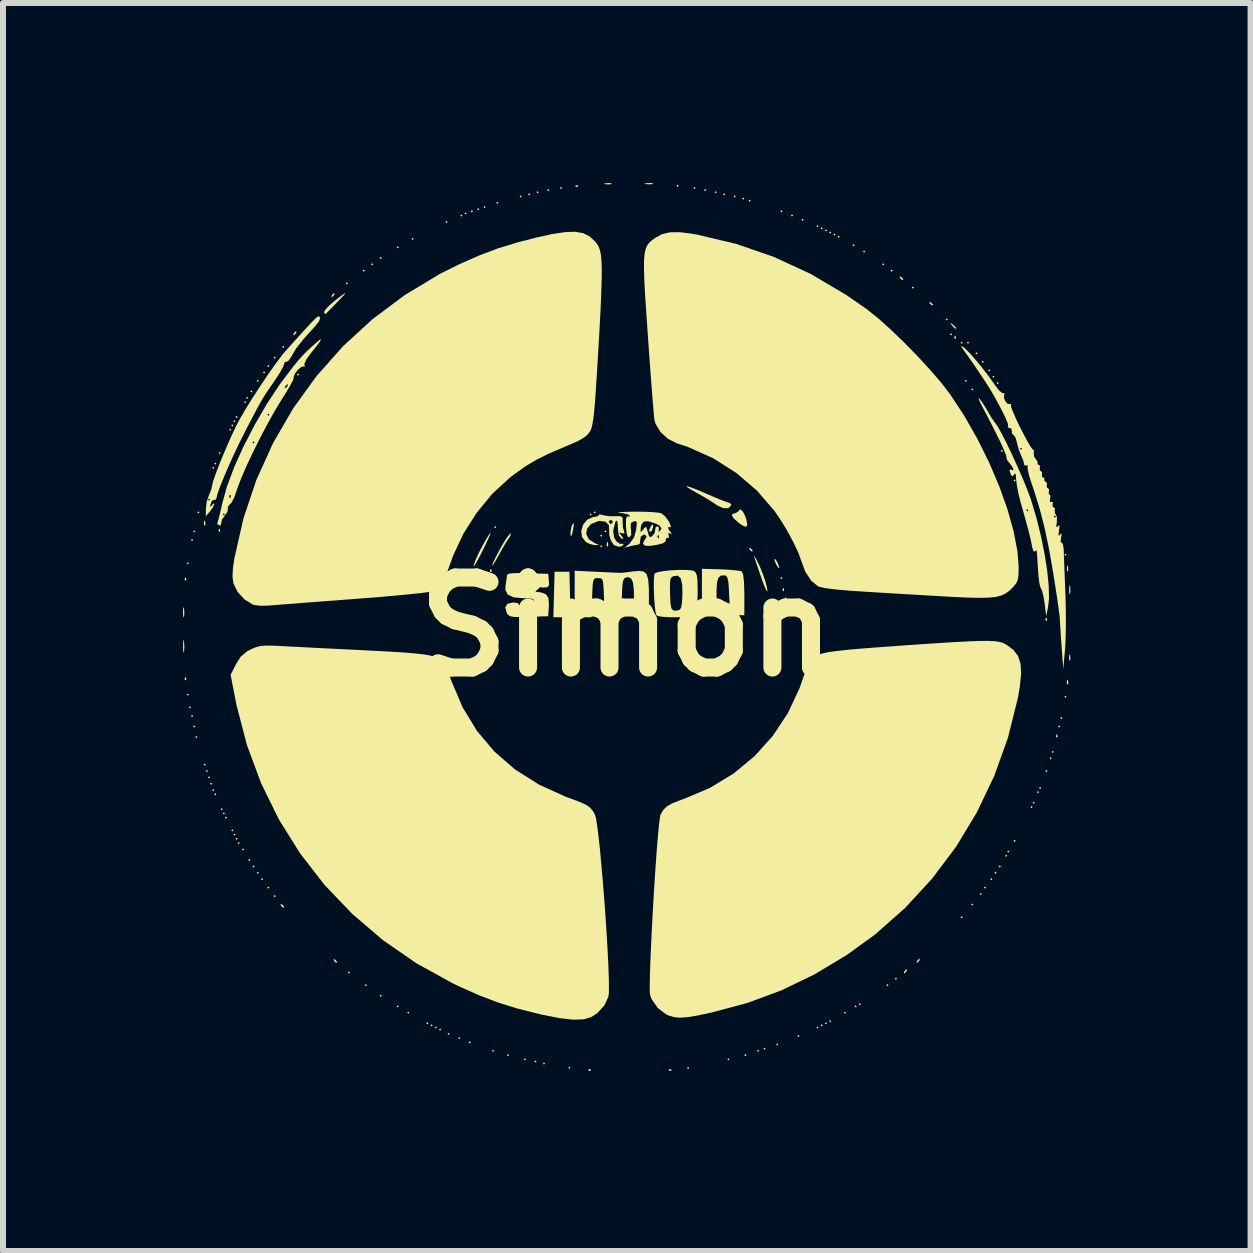
<source format=kicad_pcb>
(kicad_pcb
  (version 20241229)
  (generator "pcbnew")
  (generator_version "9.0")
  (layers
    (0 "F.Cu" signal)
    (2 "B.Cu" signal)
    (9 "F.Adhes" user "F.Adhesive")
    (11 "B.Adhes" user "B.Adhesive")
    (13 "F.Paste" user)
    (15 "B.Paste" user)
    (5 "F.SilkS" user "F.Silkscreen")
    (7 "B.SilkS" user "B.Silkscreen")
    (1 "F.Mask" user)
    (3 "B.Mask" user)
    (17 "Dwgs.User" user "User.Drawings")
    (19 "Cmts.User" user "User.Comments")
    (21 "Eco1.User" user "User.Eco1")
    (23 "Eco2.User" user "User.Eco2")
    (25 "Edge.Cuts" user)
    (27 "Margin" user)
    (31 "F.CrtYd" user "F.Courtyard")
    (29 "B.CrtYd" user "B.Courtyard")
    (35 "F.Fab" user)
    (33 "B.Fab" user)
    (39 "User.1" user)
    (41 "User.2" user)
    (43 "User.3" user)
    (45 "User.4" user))
  (footprint "Simon"
    (layer "F.Cu")
    (at 7.392 7.395)
    (property "Reference" "Simon" (at 0 0 0) (layer "F.SilkS") (effects (font (size 1.5 1.5) (thickness 0.3))))
    (attr board_only exclude_from_pos_files exclude_from_bom)
    (fp_poly (pts (xy -7.295 -1.06) (xy -7.313 -1.042) (xy -7.33 -1.06) (xy -7.313 -1.077)) (stroke (width 0) (type solid)) (fill yes) (layer "F.SilkS"))
    (fp_poly (pts (xy -7.295 1.13) (xy -7.313 1.148) (xy -7.33 1.13) (xy -7.313 1.113)) (stroke (width 0) (type solid)) (fill yes) (layer "F.SilkS"))
    (fp_poly (pts (xy -7.26 1.342) (xy -7.277 1.36) (xy -7.295 1.342) (xy -7.277 1.325)) (stroke (width 0) (type solid)) (fill yes) (layer "F.SilkS"))
    (fp_poly (pts (xy -7.224 -1.448) (xy -7.242 -1.431) (xy -7.26 -1.448) (xy -7.242 -1.466)) (stroke (width 0) (type solid)) (fill yes) (layer "F.SilkS"))
    (fp_poly (pts (xy -7.224 1.484) (xy -7.242 1.501) (xy -7.26 1.484) (xy -7.242 1.466)) (stroke (width 0) (type solid)) (fill yes) (layer "F.SilkS"))
    (fp_poly (pts (xy -7.189 -1.59) (xy -7.207 -1.572) (xy -7.224 -1.59) (xy -7.207 -1.607)) (stroke (width 0) (type solid)) (fill yes) (layer "F.SilkS"))
    (fp_poly (pts (xy -7.189 1.66) (xy -7.207 1.678) (xy -7.224 1.66) (xy -7.207 1.643)) (stroke (width 0) (type solid)) (fill yes) (layer "F.SilkS"))
    (fp_poly (pts (xy -7.154 1.837) (xy -7.171 1.855) (xy -7.189 1.837) (xy -7.171 1.819)) (stroke (width 0) (type solid)) (fill yes) (layer "F.SilkS"))
    (fp_poly (pts (xy -7.118 -1.908) (xy -7.136 -1.89) (xy -7.154 -1.908) (xy -7.136 -1.925)) (stroke (width 0) (type solid)) (fill yes) (layer "F.SilkS"))
    (fp_poly (pts (xy -7.012 2.296) (xy -7.03 2.314) (xy -7.048 2.296) (xy -7.03 2.279)) (stroke (width 0) (type solid)) (fill yes) (layer "F.SilkS"))
    (fp_poly (pts (xy -6.977 2.402) (xy -6.995 2.42) (xy -7.012 2.402) (xy -6.995 2.385)) (stroke (width 0) (type solid)) (fill yes) (layer "F.SilkS"))
    (fp_poly (pts (xy -6.942 2.508) (xy -6.959 2.526) (xy -6.977 2.508) (xy -6.959 2.491)) (stroke (width 0) (type solid)) (fill yes) (layer "F.SilkS"))
    (fp_poly (pts (xy -6.906 2.614) (xy -6.924 2.632) (xy -6.942 2.614) (xy -6.924 2.597)) (stroke (width 0) (type solid)) (fill yes) (layer "F.SilkS"))
    (fp_poly (pts (xy -6.871 -2.65) (xy -6.889 -2.632) (xy -6.906 -2.65) (xy -6.889 -2.667)) (stroke (width 0) (type solid)) (fill yes) (layer "F.SilkS"))
    (fp_poly (pts (xy -6.871 2.72) (xy -6.889 2.738) (xy -6.906 2.72) (xy -6.889 2.703)) (stroke (width 0) (type solid)) (fill yes) (layer "F.SilkS"))
    (fp_poly (pts (xy -6.836 -2.72) (xy -6.853 -2.703) (xy -6.871 -2.72) (xy -6.853 -2.738)) (stroke (width 0) (type solid)) (fill yes) (layer "F.SilkS"))
    (fp_poly (pts (xy -6.836 2.791) (xy -6.853 2.808) (xy -6.871 2.791) (xy -6.853 2.773)) (stroke (width 0) (type solid)) (fill yes) (layer "F.SilkS"))
    (fp_poly (pts (xy -6.765 -2.897) (xy -6.783 -2.879) (xy -6.8 -2.897) (xy -6.783 -2.914)) (stroke (width 0) (type solid)) (fill yes) (layer "F.SilkS"))
    (fp_poly (pts (xy -6.73 3.038) (xy -6.747 3.056) (xy -6.765 3.038) (xy -6.747 3.02)) (stroke (width 0) (type solid)) (fill yes) (layer "F.SilkS"))
    (fp_poly (pts (xy -6.694 3.109) (xy -6.712 3.126) (xy -6.73 3.109) (xy -6.712 3.091)) (stroke (width 0) (type solid)) (fill yes) (layer "F.SilkS"))
    (fp_poly (pts (xy -6.659 3.179) (xy -6.677 3.197) (xy -6.694 3.179) (xy -6.677 3.162)) (stroke (width 0) (type solid)) (fill yes) (layer "F.SilkS"))
    (fp_poly (pts (xy -6.588 -3.285) (xy -6.606 -3.268) (xy -6.624 -3.285) (xy -6.606 -3.303)) (stroke (width 0) (type solid)) (fill yes) (layer "F.SilkS"))
    (fp_poly (pts (xy -6.553 -3.356) (xy -6.571 -3.338) (xy -6.588 -3.356) (xy -6.571 -3.374)) (stroke (width 0) (type solid)) (fill yes) (layer "F.SilkS"))
    (fp_poly (pts (xy -6.553 3.391) (xy -6.571 3.409) (xy -6.588 3.391) (xy -6.571 3.374)) (stroke (width 0) (type solid)) (fill yes) (layer "F.SilkS"))
    (fp_poly (pts (xy -6.518 -3.427) (xy -6.535 -3.409) (xy -6.553 -3.427) (xy -6.535 -3.444)) (stroke (width 0) (type solid)) (fill yes) (layer "F.SilkS"))
    (fp_poly (pts (xy -6.518 3.462) (xy -6.535 3.48) (xy -6.553 3.462) (xy -6.535 3.444)) (stroke (width 0) (type solid)) (fill yes) (layer "F.SilkS"))
    (fp_poly (pts (xy -6.482 -3.497) (xy -6.5 -3.48) (xy -6.518 -3.497) (xy -6.5 -3.515)) (stroke (width 0) (type solid)) (fill yes) (layer "F.SilkS"))
    (fp_poly (pts (xy -6.482 3.533) (xy -6.5 3.55) (xy -6.518 3.533) (xy -6.5 3.515)) (stroke (width 0) (type solid)) (fill yes) (layer "F.SilkS"))
    (fp_poly (pts (xy -6.447 3.603) (xy -6.465 3.621) (xy -6.482 3.603) (xy -6.465 3.586)) (stroke (width 0) (type solid)) (fill yes) (layer "F.SilkS"))
    (fp_poly (pts (xy -6.376 3.709) (xy -6.394 3.727) (xy -6.412 3.709) (xy -6.394 3.692)) (stroke (width 0) (type solid)) (fill yes) (layer "F.SilkS"))
    (fp_poly (pts (xy -6.341 -3.745) (xy -6.359 -3.727) (xy -6.376 -3.745) (xy -6.359 -3.762)) (stroke (width 0) (type solid)) (fill yes) (layer "F.SilkS"))
    (fp_poly (pts (xy -6.306 -3.815) (xy -6.324 -3.798) (xy -6.341 -3.815) (xy -6.324 -3.833)) (stroke (width 0) (type solid)) (fill yes) (layer "F.SilkS"))
    (fp_poly (pts (xy -6.271 3.886) (xy -6.288 3.904) (xy -6.306 3.886) (xy -6.288 3.868)) (stroke (width 0) (type solid)) (fill yes) (layer "F.SilkS"))
    (fp_poly (pts (xy -6.235 -3.921) (xy -6.253 -3.904) (xy -6.271 -3.921) (xy -6.253 -3.939)) (stroke (width 0) (type solid)) (fill yes) (layer "F.SilkS"))
    (fp_poly (pts (xy -6.2 3.992) (xy -6.218 4.01) (xy -6.235 3.992) (xy -6.218 3.974)) (stroke (width 0) (type solid)) (fill yes) (layer "F.SilkS"))
    (fp_poly (pts (xy -6.129 -4.098) (xy -6.147 -4.08) (xy -6.165 -4.098) (xy -6.147 -4.116)) (stroke (width 0) (type solid)) (fill yes) (layer "F.SilkS"))
    (fp_poly (pts (xy -6.129 4.098) (xy -6.147 4.116) (xy -6.165 4.098) (xy -6.147 4.08)) (stroke (width 0) (type solid)) (fill yes) (layer "F.SilkS"))
    (fp_poly (pts (xy -6.059 4.204) (xy -6.076 4.222) (xy -6.094 4.204) (xy -6.076 4.186)) (stroke (width 0) (type solid)) (fill yes) (layer "F.SilkS"))
    (fp_poly (pts (xy -6.023 -4.239) (xy -6.041 -4.222) (xy -6.059 -4.239) (xy -6.041 -4.257)) (stroke (width 0) (type solid)) (fill yes) (layer "F.SilkS"))
    (fp_poly (pts (xy -5.953 -4.345) (xy -5.97 -4.328) (xy -5.988 -4.345) (xy -5.97 -4.363)) (stroke (width 0) (type solid)) (fill yes) (layer "F.SilkS"))
    (fp_poly (pts (xy -5.953 4.345) (xy -5.97 4.363) (xy -5.988 4.345) (xy -5.97 4.328)) (stroke (width 0) (type solid)) (fill yes) (layer "F.SilkS"))
    (fp_poly (pts (xy -5.847 -4.487) (xy -5.864 -4.469) (xy -5.882 -4.487) (xy -5.864 -4.504)) (stroke (width 0) (type solid)) (fill yes) (layer "F.SilkS"))
    (fp_poly (pts (xy -5.847 4.487) (xy -5.864 4.504) (xy -5.882 4.487) (xy -5.864 4.469)) (stroke (width 0) (type solid)) (fill yes) (layer "F.SilkS"))
    (fp_poly (pts (xy -5.705 -4.663) (xy -5.723 -4.645) (xy -5.741 -4.663) (xy -5.723 -4.681)) (stroke (width 0) (type solid)) (fill yes) (layer "F.SilkS"))
    (fp_poly (pts (xy -5.458 -4.204) (xy -5.476 -4.186) (xy -5.493 -4.204) (xy -5.476 -4.222)) (stroke (width 0) (type solid)) (fill yes) (layer "F.SilkS"))
    (fp_poly (pts (xy -4.645 -5.723) (xy -4.663 -5.705) (xy -4.681 -5.723) (xy -4.663 -5.741)) (stroke (width 0) (type solid)) (fill yes) (layer "F.SilkS"))
    (fp_poly (pts (xy -4.61 5.758) (xy -4.628 5.776) (xy -4.645 5.758) (xy -4.628 5.741)) (stroke (width 0) (type solid)) (fill yes) (layer "F.SilkS"))
    (fp_poly (pts (xy -4.363 -5.935) (xy -4.381 -5.917) (xy -4.398 -5.935) (xy -4.381 -5.953)) (stroke (width 0) (type solid)) (fill yes) (layer "F.SilkS"))
    (fp_poly (pts (xy -4.328 5.97) (xy -4.345 5.988) (xy -4.363 5.97) (xy -4.345 5.953)) (stroke (width 0) (type solid)) (fill yes) (layer "F.SilkS"))
    (fp_poly (pts (xy -4.222 -6.041) (xy -4.239 -6.023) (xy -4.257 -6.041) (xy -4.239 -6.059)) (stroke (width 0) (type solid)) (fill yes) (layer "F.SilkS"))
    (fp_poly (pts (xy -4.08 -6.147) (xy -4.098 -6.129) (xy -4.116 -6.147) (xy -4.098 -6.165)) (stroke (width 0) (type solid)) (fill yes) (layer "F.SilkS"))
    (fp_poly (pts (xy -4.08 6.147) (xy -4.098 6.165) (xy -4.116 6.147) (xy -4.098 6.129)) (stroke (width 0) (type solid)) (fill yes) (layer "F.SilkS"))
    (fp_poly (pts (xy -3.798 -6.324) (xy -3.815 -6.306) (xy -3.833 -6.324) (xy -3.815 -6.341)) (stroke (width 0) (type solid)) (fill yes) (layer "F.SilkS"))
    (fp_poly (pts (xy -3.798 6.324) (xy -3.815 6.341) (xy -3.833 6.324) (xy -3.815 6.306)) (stroke (width 0) (type solid)) (fill yes) (layer "F.SilkS"))
    (fp_poly (pts (xy -3.621 6.429) (xy -3.639 6.447) (xy -3.656 6.429) (xy -3.639 6.412)) (stroke (width 0) (type solid)) (fill yes) (layer "F.SilkS"))
    (fp_poly (pts (xy -3.55 -6.465) (xy -3.568 -6.447) (xy -3.586 -6.465) (xy -3.568 -6.482)) (stroke (width 0) (type solid)) (fill yes) (layer "F.SilkS"))
    (fp_poly (pts (xy -3.303 6.606) (xy -3.321 6.624) (xy -3.338 6.606) (xy -3.321 6.588)) (stroke (width 0) (type solid)) (fill yes) (layer "F.SilkS"))
    (fp_poly (pts (xy -3.232 6.641) (xy -3.25 6.659) (xy -3.268 6.641) (xy -3.25 6.624)) (stroke (width 0) (type solid)) (fill yes) (layer "F.SilkS"))
    (fp_poly (pts (xy -3.162 6.677) (xy -3.179 6.694) (xy -3.197 6.677) (xy -3.179 6.659)) (stroke (width 0) (type solid)) (fill yes) (layer "F.SilkS"))
    (fp_poly (pts (xy -3.091 6.712) (xy -3.109 6.73) (xy -3.126 6.712) (xy -3.109 6.694)) (stroke (width 0) (type solid)) (fill yes) (layer "F.SilkS"))
    (fp_poly (pts (xy -2.985 -6.747) (xy -3.003 -6.73) (xy -3.02 -6.747) (xy -3.003 -6.765)) (stroke (width 0) (type solid)) (fill yes) (layer "F.SilkS"))
    (fp_poly (pts (xy -2.95 6.783) (xy -2.967 6.8) (xy -2.985 6.783) (xy -2.967 6.765)) (stroke (width 0) (type solid)) (fill yes) (layer "F.SilkS"))
    (fp_poly (pts (xy -2.773 6.853) (xy -2.791 6.871) (xy -2.808 6.853) (xy -2.791 6.836)) (stroke (width 0) (type solid)) (fill yes) (layer "F.SilkS"))
    (fp_poly (pts (xy -2.738 -6.853) (xy -2.755 -6.836) (xy -2.773 -6.853) (xy -2.755 -6.871)) (stroke (width 0) (type solid)) (fill yes) (layer "F.SilkS"))
    (fp_poly (pts (xy -2.667 -6.889) (xy -2.685 -6.871) (xy -2.703 -6.889) (xy -2.685 -6.906)) (stroke (width 0) (type solid)) (fill yes) (layer "F.SilkS"))
    (fp_poly (pts (xy -2.597 6.924) (xy -2.614 6.942) (xy -2.632 6.924) (xy -2.614 6.906)) (stroke (width 0) (type solid)) (fill yes) (layer "F.SilkS"))
    (fp_poly (pts (xy -2.561 -6.924) (xy -2.579 -6.906) (xy -2.597 -6.924) (xy -2.579 -6.942)) (stroke (width 0) (type solid)) (fill yes) (layer "F.SilkS"))
    (fp_poly (pts (xy -2.455 -6.959) (xy -2.473 -6.942) (xy -2.491 -6.959) (xy -2.473 -6.977)) (stroke (width 0) (type solid)) (fill yes) (layer "F.SilkS"))
    (fp_poly (pts (xy -2.349 -6.995) (xy -2.367 -6.977) (xy -2.385 -6.995) (xy -2.367 -7.012)) (stroke (width 0) (type solid)) (fill yes) (layer "F.SilkS"))
    (fp_poly (pts (xy -2.279 -0.848) (xy -2.296 -0.83) (xy -2.314 -0.848) (xy -2.296 -0.866)) (stroke (width 0) (type solid)) (fill yes) (layer "F.SilkS"))
    (fp_poly (pts (xy -2.208 7.065) (xy -2.226 7.083) (xy -2.243 7.065) (xy -2.226 7.048)) (stroke (width 0) (type solid)) (fill yes) (layer "F.SilkS"))
    (fp_poly (pts (xy -2.173 -1.66) (xy -2.19 -1.643) (xy -2.208 -1.66) (xy -2.19 -1.678)) (stroke (width 0) (type solid)) (fill yes) (layer "F.SilkS"))
    (fp_poly (pts (xy -2.137 -7.065) (xy -2.155 -7.048) (xy -2.173 -7.065) (xy -2.155 -7.083)) (stroke (width 0) (type solid)) (fill yes) (layer "F.SilkS"))
    (fp_poly (pts (xy -1.961 7.136) (xy -1.978 7.154) (xy -1.996 7.136) (xy -1.978 7.118)) (stroke (width 0) (type solid)) (fill yes) (layer "F.SilkS"))
    (fp_poly (pts (xy -1.749 -7.171) (xy -1.766 -7.154) (xy -1.784 -7.171) (xy -1.766 -7.189)) (stroke (width 0) (type solid)) (fill yes) (layer "F.SilkS"))
    (fp_poly (pts (xy -1.678 7.207) (xy -1.696 7.224) (xy -1.713 7.207) (xy -1.696 7.189)) (stroke (width 0) (type solid)) (fill yes) (layer "F.SilkS"))
    (fp_poly (pts (xy -1.607 -7.207) (xy -1.625 -7.189) (xy -1.643 -7.207) (xy -1.625 -7.224)) (stroke (width 0) (type solid)) (fill yes) (layer "F.SilkS"))
    (fp_poly (pts (xy -1.501 7.242) (xy -1.519 7.26) (xy -1.537 7.242) (xy -1.519 7.224)) (stroke (width 0) (type solid)) (fill yes) (layer "F.SilkS"))
    (fp_poly (pts (xy -1.466 -7.242) (xy -1.484 -7.224) (xy -1.501 -7.242) (xy -1.484 -7.26)) (stroke (width 0) (type solid)) (fill yes) (layer "F.SilkS"))
    (fp_poly (pts (xy -1.36 7.277) (xy -1.378 7.295) (xy -1.395 7.277) (xy -1.378 7.26)) (stroke (width 0) (type solid)) (fill yes) (layer "F.SilkS"))
    (fp_poly (pts (xy -1.289 -7.277) (xy -1.307 -7.26) (xy -1.325 -7.277) (xy -1.307 -7.295)) (stroke (width 0) (type solid)) (fill yes) (layer "F.SilkS"))
    (fp_poly (pts (xy -1.077 -7.313) (xy -1.095 -7.295) (xy -1.113 -7.313) (xy -1.095 -7.33)) (stroke (width 0) (type solid)) (fill yes) (layer "F.SilkS"))
    (fp_poly (pts (xy -0.936 7.348) (xy -0.954 7.366) (xy -0.971 7.348) (xy -0.954 7.33)) (stroke (width 0) (type solid)) (fill yes) (layer "F.SilkS"))
    (fp_poly (pts (xy -0.583 -1.872) (xy -0.601 -1.855) (xy -0.618 -1.872) (xy -0.601 -1.89)) (stroke (width 0) (type solid)) (fill yes) (layer "F.SilkS"))
    (fp_poly (pts (xy -0.512 -1.908) (xy -0.53 -1.89) (xy -0.548 -1.908) (xy -0.53 -1.925)) (stroke (width 0) (type solid)) (fill yes) (layer "F.SilkS"))
    (fp_poly (pts (xy -0.406 -1.519) (xy -0.424 -1.501) (xy -0.442 -1.519) (xy -0.424 -1.537)) (stroke (width 0) (type solid)) (fill yes) (layer "F.SilkS"))
    (fp_poly (pts (xy -0.406 -1.342) (xy -0.424 -1.325) (xy -0.442 -1.342) (xy -0.424 -1.36)) (stroke (width 0) (type solid)) (fill yes) (layer "F.SilkS"))
    (fp_poly (pts (xy -0.336 -1.59) (xy -0.353 -1.572) (xy -0.371 -1.59) (xy -0.353 -1.607)) (stroke (width 0) (type solid)) (fill yes) (layer "F.SilkS"))
    (fp_poly (pts (xy 0.866 -7.348) (xy 0.848 -7.33) (xy 0.83 -7.348) (xy 0.848 -7.366)) (stroke (width 0) (type solid)) (fill yes) (layer "F.SilkS"))
    (fp_poly (pts (xy 1.042 7.348) (xy 1.024 7.366) (xy 1.007 7.348) (xy 1.024 7.33)) (stroke (width 0) (type solid)) (fill yes) (layer "F.SilkS"))
    (fp_poly (pts (xy 1.148 -7.313) (xy 1.13 -7.295) (xy 1.113 -7.313) (xy 1.13 -7.33)) (stroke (width 0) (type solid)) (fill yes) (layer "F.SilkS"))
    (fp_poly (pts (xy 1.325 -7.277) (xy 1.307 -7.26) (xy 1.289 -7.277) (xy 1.307 -7.295)) (stroke (width 0) (type solid)) (fill yes) (layer "F.SilkS"))
    (fp_poly (pts (xy 1.501 -7.242) (xy 1.484 -7.224) (xy 1.466 -7.242) (xy 1.484 -7.26)) (stroke (width 0) (type solid)) (fill yes) (layer "F.SilkS"))
    (fp_poly (pts (xy 1.643 -7.207) (xy 1.625 -7.189) (xy 1.607 -7.207) (xy 1.625 -7.224)) (stroke (width 0) (type solid)) (fill yes) (layer "F.SilkS"))
    (fp_poly (pts (xy 1.713 7.207) (xy 1.696 7.224) (xy 1.678 7.207) (xy 1.696 7.189)) (stroke (width 0) (type solid)) (fill yes) (layer "F.SilkS"))
    (fp_poly (pts (xy 1.819 -7.171) (xy 1.802 -7.154) (xy 1.784 -7.171) (xy 1.802 -7.189)) (stroke (width 0) (type solid)) (fill yes) (layer "F.SilkS"))
    (fp_poly (pts (xy 1.961 -7.136) (xy 1.943 -7.118) (xy 1.925 -7.136) (xy 1.943 -7.154)) (stroke (width 0) (type solid)) (fill yes) (layer "F.SilkS"))
    (fp_poly (pts (xy 1.996 7.136) (xy 1.978 7.154) (xy 1.961 7.136) (xy 1.978 7.118)) (stroke (width 0) (type solid)) (fill yes) (layer "F.SilkS"))
    (fp_poly (pts (xy 2.067 -7.101) (xy 2.049 -7.083) (xy 2.031 -7.101) (xy 2.049 -7.118)) (stroke (width 0) (type solid)) (fill yes) (layer "F.SilkS"))
    (fp_poly (pts (xy 2.208 7.065) (xy 2.19 7.083) (xy 2.173 7.065) (xy 2.19 7.048)) (stroke (width 0) (type solid)) (fill yes) (layer "F.SilkS"))
    (fp_poly (pts (xy 2.314 7.03) (xy 2.296 7.048) (xy 2.279 7.03) (xy 2.296 7.012)) (stroke (width 0) (type solid)) (fill yes) (layer "F.SilkS"))
    (fp_poly (pts (xy 2.526 6.959) (xy 2.508 6.977) (xy 2.491 6.959) (xy 2.508 6.942)) (stroke (width 0) (type solid)) (fill yes) (layer "F.SilkS"))
    (fp_poly (pts (xy 2.597 -6.924) (xy 2.579 -6.906) (xy 2.561 -6.924) (xy 2.579 -6.942)) (stroke (width 0) (type solid)) (fill yes) (layer "F.SilkS"))
    (fp_poly (pts (xy 2.597 -0.813) (xy 2.579 -0.795) (xy 2.561 -0.813) (xy 2.579 -0.83)) (stroke (width 0) (type solid)) (fill yes) (layer "F.SilkS"))
    (fp_poly (pts (xy 2.773 -6.853) (xy 2.755 -6.836) (xy 2.738 -6.853) (xy 2.755 -6.871)) (stroke (width 0) (type solid)) (fill yes) (layer "F.SilkS"))
    (fp_poly (pts (xy 2.879 6.818) (xy 2.861 6.836) (xy 2.844 6.818) (xy 2.861 6.8)) (stroke (width 0) (type solid)) (fill yes) (layer "F.SilkS"))
    (fp_poly (pts (xy 2.95 -6.783) (xy 2.932 -6.765) (xy 2.914 -6.783) (xy 2.932 -6.8)) (stroke (width 0) (type solid)) (fill yes) (layer "F.SilkS"))
    (fp_poly (pts (xy 3.197 -6.677) (xy 3.179 -6.659) (xy 3.162 -6.677) (xy 3.179 -6.694)) (stroke (width 0) (type solid)) (fill yes) (layer "F.SilkS"))
    (fp_poly (pts (xy 3.197 6.677) (xy 3.179 6.694) (xy 3.162 6.677) (xy 3.179 6.659)) (stroke (width 0) (type solid)) (fill yes) (layer "F.SilkS"))
    (fp_poly (pts (xy 3.268 -6.641) (xy 3.25 -6.624) (xy 3.232 -6.641) (xy 3.25 -6.659)) (stroke (width 0) (type solid)) (fill yes) (layer "F.SilkS"))
    (fp_poly (pts (xy 3.268 6.641) (xy 3.25 6.659) (xy 3.232 6.641) (xy 3.25 6.624)) (stroke (width 0) (type solid)) (fill yes) (layer "F.SilkS"))
    (fp_poly (pts (xy 3.338 -6.606) (xy 3.321 -6.588) (xy 3.303 -6.606) (xy 3.321 -6.624)) (stroke (width 0) (type solid)) (fill yes) (layer "F.SilkS"))
    (fp_poly (pts (xy 3.338 6.606) (xy 3.321 6.624) (xy 3.303 6.606) (xy 3.321 6.588)) (stroke (width 0) (type solid)) (fill yes) (layer "F.SilkS"))
    (fp_poly (pts (xy 3.409 -6.571) (xy 3.391 -6.553) (xy 3.374 -6.571) (xy 3.391 -6.588)) (stroke (width 0) (type solid)) (fill yes) (layer "F.SilkS"))
    (fp_poly (pts (xy 3.409 6.571) (xy 3.391 6.588) (xy 3.374 6.571) (xy 3.391 6.553)) (stroke (width 0) (type solid)) (fill yes) (layer "F.SilkS"))
    (fp_poly (pts (xy 3.48 -6.535) (xy 3.462 -6.518) (xy 3.444 -6.535) (xy 3.462 -6.553)) (stroke (width 0) (type solid)) (fill yes) (layer "F.SilkS"))
    (fp_poly (pts (xy 3.55 -6.5) (xy 3.533 -6.482) (xy 3.515 -6.5) (xy 3.533 -6.518)) (stroke (width 0) (type solid)) (fill yes) (layer "F.SilkS"))
    (fp_poly (pts (xy 3.656 6.429) (xy 3.639 6.447) (xy 3.621 6.429) (xy 3.639 6.412)) (stroke (width 0) (type solid)) (fill yes) (layer "F.SilkS"))
    (fp_poly (pts (xy 3.798 -6.359) (xy 3.78 -6.341) (xy 3.762 -6.359) (xy 3.78 -6.376)) (stroke (width 0) (type solid)) (fill yes) (layer "F.SilkS"))
    (fp_poly (pts (xy 3.833 6.324) (xy 3.815 6.341) (xy 3.798 6.324) (xy 3.815 6.306)) (stroke (width 0) (type solid)) (fill yes) (layer "F.SilkS"))
    (fp_poly (pts (xy 3.904 6.288) (xy 3.886 6.306) (xy 3.868 6.288) (xy 3.886 6.271)) (stroke (width 0) (type solid)) (fill yes) (layer "F.SilkS"))
    (fp_poly (pts (xy 3.974 -6.253) (xy 3.957 -6.235) (xy 3.939 -6.253) (xy 3.957 -6.271)) (stroke (width 0) (type solid)) (fill yes) (layer "F.SilkS"))
    (fp_poly (pts (xy 4.292 -6.041) (xy 4.275 -6.023) (xy 4.257 -6.041) (xy 4.275 -6.059)) (stroke (width 0) (type solid)) (fill yes) (layer "F.SilkS"))
    (fp_poly (pts (xy 4.363 5.97) (xy 4.345 5.988) (xy 4.328 5.97) (xy 4.345 5.953)) (stroke (width 0) (type solid)) (fill yes) (layer "F.SilkS"))
    (fp_poly (pts (xy 4.434 -5.935) (xy 4.416 -5.917) (xy 4.398 -5.935) (xy 4.416 -5.953)) (stroke (width 0) (type solid)) (fill yes) (layer "F.SilkS"))
    (fp_poly (pts (xy 4.504 5.864) (xy 4.487 5.882) (xy 4.469 5.864) (xy 4.487 5.847)) (stroke (width 0) (type solid)) (fill yes) (layer "F.SilkS"))
    (fp_poly (pts (xy 4.787 -5.652) (xy 4.769 -5.635) (xy 4.751 -5.652) (xy 4.769 -5.67)) (stroke (width 0) (type solid)) (fill yes) (layer "F.SilkS"))
    (fp_poly (pts (xy 5.352 -5.122) (xy 5.334 -5.105) (xy 5.317 -5.122) (xy 5.334 -5.14)) (stroke (width 0) (type solid)) (fill yes) (layer "F.SilkS"))
    (fp_poly (pts (xy 5.423 -4.875) (xy 5.405 -4.857) (xy 5.387 -4.875) (xy 5.405 -4.893)) (stroke (width 0) (type solid)) (fill yes) (layer "F.SilkS"))
    (fp_poly (pts (xy 5.599 -4.734) (xy 5.582 -4.716) (xy 5.564 -4.734) (xy 5.582 -4.751)) (stroke (width 0) (type solid)) (fill yes) (layer "F.SilkS"))
    (fp_poly (pts (xy 5.599 4.84) (xy 5.582 4.857) (xy 5.564 4.84) (xy 5.582 4.822)) (stroke (width 0) (type solid)) (fill yes) (layer "F.SilkS"))
    (fp_poly (pts (xy 5.67 -4.098) (xy 5.652 -4.08) (xy 5.635 -4.098) (xy 5.652 -4.116)) (stroke (width 0) (type solid)) (fill yes) (layer "F.SilkS"))
    (fp_poly (pts (xy 5.705 -4.734) (xy 5.688 -4.716) (xy 5.67 -4.734) (xy 5.688 -4.751)) (stroke (width 0) (type solid)) (fill yes) (layer "F.SilkS"))
    (fp_poly (pts (xy 5.776 -3.957) (xy 5.758 -3.939) (xy 5.741 -3.957) (xy 5.758 -3.974)) (stroke (width 0) (type solid)) (fill yes) (layer "F.SilkS"))
    (fp_poly (pts (xy 5.776 4.628) (xy 5.758 4.645) (xy 5.741 4.628) (xy 5.758 4.61)) (stroke (width 0) (type solid)) (fill yes) (layer "F.SilkS"))
    (fp_poly (pts (xy 5.847 -4.557) (xy 5.829 -4.54) (xy 5.811 -4.557) (xy 5.829 -4.575)) (stroke (width 0) (type solid)) (fill yes) (layer "F.SilkS"))
    (fp_poly (pts (xy 5.917 4.451) (xy 5.9 4.469) (xy 5.882 4.451) (xy 5.9 4.434)) (stroke (width 0) (type solid)) (fill yes) (layer "F.SilkS"))
    (fp_poly (pts (xy 5.953 -4.416) (xy 5.935 -4.398) (xy 5.917 -4.416) (xy 5.935 -4.434)) (stroke (width 0) (type solid)) (fill yes) (layer "F.SilkS"))
    (fp_poly (pts (xy 5.988 4.345) (xy 5.97 4.363) (xy 5.953 4.345) (xy 5.97 4.328)) (stroke (width 0) (type solid)) (fill yes) (layer "F.SilkS"))
    (fp_poly (pts (xy 6.059 -4.275) (xy 6.041 -4.257) (xy 6.023 -4.275) (xy 6.041 -4.292)) (stroke (width 0) (type solid)) (fill yes) (layer "F.SilkS"))
    (fp_poly (pts (xy 6.094 4.204) (xy 6.076 4.222) (xy 6.059 4.204) (xy 6.076 4.186)) (stroke (width 0) (type solid)) (fill yes) (layer "F.SilkS"))
    (fp_poly (pts (xy 6.129 -4.169) (xy 6.112 -4.151) (xy 6.094 -4.169) (xy 6.112 -4.186)) (stroke (width 0) (type solid)) (fill yes) (layer "F.SilkS"))
    (fp_poly (pts (xy 6.165 4.098) (xy 6.147 4.116) (xy 6.129 4.098) (xy 6.147 4.08)) (stroke (width 0) (type solid)) (fill yes) (layer "F.SilkS"))
    (fp_poly (pts (xy 6.2 -4.063) (xy 6.182 -4.045) (xy 6.165 -4.063) (xy 6.182 -4.08)) (stroke (width 0) (type solid)) (fill yes) (layer "F.SilkS"))
    (fp_poly (pts (xy 6.235 3.992) (xy 6.218 4.01) (xy 6.2 3.992) (xy 6.218 3.974)) (stroke (width 0) (type solid)) (fill yes) (layer "F.SilkS"))
    (fp_poly (pts (xy 6.271 -2.932) (xy 6.253 -2.914) (xy 6.235 -2.932) (xy 6.253 -2.95)) (stroke (width 0) (type solid)) (fill yes) (layer "F.SilkS"))
    (fp_poly (pts (xy 6.341 3.815) (xy 6.324 3.833) (xy 6.306 3.815) (xy 6.324 3.798)) (stroke (width 0) (type solid)) (fill yes) (layer "F.SilkS"))
    (fp_poly (pts (xy 6.376 3.745) (xy 6.359 3.762) (xy 6.341 3.745) (xy 6.359 3.727)) (stroke (width 0) (type solid)) (fill yes) (layer "F.SilkS"))
    (fp_poly (pts (xy 6.482 -2.438) (xy 6.465 -2.42) (xy 6.447 -2.438) (xy 6.465 -2.455)) (stroke (width 0) (type solid)) (fill yes) (layer "F.SilkS"))
    (fp_poly (pts (xy 6.482 3.568) (xy 6.465 3.586) (xy 6.447 3.568) (xy 6.465 3.55)) (stroke (width 0) (type solid)) (fill yes) (layer "F.SilkS"))
    (fp_poly (pts (xy 6.765 3.003) (xy 6.747 3.02) (xy 6.73 3.003) (xy 6.747 2.985)) (stroke (width 0) (type solid)) (fill yes) (layer "F.SilkS"))
    (fp_poly (pts (xy 6.8 2.932) (xy 6.783 2.95) (xy 6.765 2.932) (xy 6.783 2.914)) (stroke (width 0) (type solid)) (fill yes) (layer "F.SilkS"))
    (fp_poly (pts (xy 6.871 2.755) (xy 6.853 2.773) (xy 6.836 2.755) (xy 6.853 2.738)) (stroke (width 0) (type solid)) (fill yes) (layer "F.SilkS"))
    (fp_poly (pts (xy 6.906 2.685) (xy 6.889 2.703) (xy 6.871 2.685) (xy 6.889 2.667)) (stroke (width 0) (type solid)) (fill yes) (layer "F.SilkS"))
    (fp_poly (pts (xy 7.012 2.402) (xy 6.995 2.42) (xy 6.977 2.402) (xy 6.995 2.385)) (stroke (width 0) (type solid)) (fill yes) (layer "F.SilkS"))
    (fp_poly (pts (xy 7.083 2.19) (xy 7.065 2.208) (xy 7.048 2.19) (xy 7.065 2.173)) (stroke (width 0) (type solid)) (fill yes) (layer "F.SilkS"))
    (fp_poly (pts (xy 7.118 2.084) (xy 7.101 2.102) (xy 7.083 2.084) (xy 7.101 2.067)) (stroke (width 0) (type solid)) (fill yes) (layer "F.SilkS"))
    (fp_poly (pts (xy 7.224 1.66) (xy 7.207 1.678) (xy 7.189 1.66) (xy 7.207 1.643)) (stroke (width 0) (type solid)) (fill yes) (layer "F.SilkS"))
    (fp_poly (pts (xy 7.26 1.519) (xy 7.242 1.537) (xy 7.224 1.519) (xy 7.242 1.501)) (stroke (width 0) (type solid)) (fill yes) (layer "F.SilkS"))
    (fp_poly (pts (xy 7.33 -1.201) (xy 7.313 -1.183) (xy 7.295 -1.201) (xy 7.313 -1.219)) (stroke (width 0) (type solid)) (fill yes) (layer "F.SilkS"))
    (fp_poly (pts (xy 7.33 1.166) (xy 7.313 1.183) (xy 7.295 1.166) (xy 7.313 1.148)) (stroke (width 0) (type solid)) (fill yes) (layer "F.SilkS"))
    (fp_poly (pts (xy -7.342 -0.818) (xy -7.338 -0.776) (xy -7.342 -0.771) (xy -7.363 -0.776) (xy -7.366 -0.795) (xy -7.353 -0.824)) (stroke (width 0) (type solid)) (fill yes) (layer "F.SilkS"))
    (fp_poly (pts (xy -7.342 0.842) (xy -7.338 0.884) (xy -7.342 0.889) (xy -7.363 0.884) (xy -7.366 0.866) (xy -7.353 0.836)) (stroke (width 0) (type solid)) (fill yes) (layer "F.SilkS"))
    (fp_poly (pts (xy -7.024 -1.755) (xy -7.019 -1.7) (xy -7.026 -1.688) (xy -7.042 -1.698) (xy -7.045 -1.734) (xy -7.036 -1.772)) (stroke (width 0) (type solid)) (fill yes) (layer "F.SilkS"))
    (fp_poly (pts (xy -6.777 -1.631) (xy -6.773 -1.589) (xy -6.777 -1.584) (xy -6.798 -1.589) (xy -6.8 -1.607) (xy -6.787 -1.636)) (stroke (width 0) (type solid)) (fill yes) (layer "F.SilkS"))
    (fp_poly (pts (xy -2.255 -0.96) (xy -2.251 -0.918) (xy -2.255 -0.913) (xy -2.276 -0.917) (xy -2.279 -0.936) (xy -2.266 -0.965)) (stroke (width 0) (type solid)) (fill yes) (layer "F.SilkS"))
    (fp_poly (pts (xy -0.807 -7.354) (xy -0.811 -7.333) (xy -0.83 -7.33) (xy -0.859 -7.343) (xy -0.854 -7.354) (xy -0.812 -7.358)) (stroke (width 0) (type solid)) (fill yes) (layer "F.SilkS"))
    (fp_poly (pts (xy -0.595 7.377) (xy -0.6 7.398) (xy -0.618 7.401) (xy -0.647 7.388) (xy -0.642 7.377) (xy -0.6 7.373)) (stroke (width 0) (type solid)) (fill yes) (layer "F.SilkS"))
    (fp_poly (pts (xy -0.311 -1.402) (xy -0.307 -1.347) (xy -0.314 -1.334) (xy -0.33 -1.345) (xy -0.333 -1.381) (xy -0.324 -1.418)) (stroke (width 0) (type solid)) (fill yes) (layer "F.SilkS"))
    (fp_poly (pts (xy 0.748 7.377) (xy 0.743 7.398) (xy 0.724 7.401) (xy 0.695 7.388) (xy 0.701 7.377) (xy 0.743 7.373)) (stroke (width 0) (type solid)) (fill yes) (layer "F.SilkS"))
    (fp_poly (pts (xy 2.62 -0.642) (xy 2.624 -0.6) (xy 2.62 -0.595) (xy 2.599 -0.6) (xy 2.597 -0.618) (xy 2.609 -0.647)) (stroke (width 0) (type solid)) (fill yes) (layer "F.SilkS"))
    (fp_poly (pts (xy 2.655 -0.486) (xy 2.66 -0.413) (xy 2.655 -0.397) (xy 2.642 -0.393) (xy 2.637 -0.442) (xy 2.643 -0.492)) (stroke (width 0) (type solid)) (fill yes) (layer "F.SilkS"))
    (fp_poly (pts (xy 5.482 -4.846) (xy 5.486 -4.804) (xy 5.482 -4.799) (xy 5.461 -4.803) (xy 5.458 -4.822) (xy 5.471 -4.851)) (stroke (width 0) (type solid)) (fill yes) (layer "F.SilkS"))
    (fp_poly (pts (xy 7.001 -0.147) (xy 7.005 -0.105) (xy 7.001 -0.1) (xy 6.98 -0.105) (xy 6.977 -0.124) (xy 6.99 -0.153)) (stroke (width 0) (type solid)) (fill yes) (layer "F.SilkS"))
    (fp_poly (pts (xy 7.177 1.796) (xy 7.181 1.838) (xy 7.177 1.843) (xy 7.156 1.838) (xy 7.154 1.819) (xy 7.167 1.79)) (stroke (width 0) (type solid)) (fill yes) (layer "F.SilkS"))
    (fp_poly (pts (xy 7.354 -1.016) (xy 7.358 -0.943) (xy 7.354 -0.927) (xy 7.341 -0.923) (xy 7.336 -0.971) (xy 7.341 -1.022)) (stroke (width 0) (type solid)) (fill yes) (layer "F.SilkS"))
    (fp_poly (pts (xy 7.354 0.894) (xy 7.359 0.949) (xy 7.352 0.962) (xy 7.336 0.951) (xy 7.333 0.916) (xy 7.342 0.878)) (stroke (width 0) (type solid)) (fill yes) (layer "F.SilkS"))
    (fp_poly (pts (xy 7.389 0.468) (xy 7.394 0.54) (xy 7.389 0.556) (xy 7.376 0.561) (xy 7.371 0.512) (xy 7.377 0.462)) (stroke (width 0) (type solid)) (fill yes) (layer "F.SilkS"))
    (fp_poly (pts (xy -5.746 4.624) (xy -5.708 4.66) (xy -5.716 4.68) (xy -5.721 4.681) (xy -5.751 4.656) (xy -5.762 4.64) (xy -5.766 4.616)) (stroke (width 0) (type solid)) (fill yes) (layer "F.SilkS"))
    (fp_poly (pts (xy -4.863 5.543) (xy -4.825 5.579) (xy -4.833 5.599) (xy -4.838 5.599) (xy -4.868 5.574) (xy -4.878 5.559) (xy -4.883 5.534)) (stroke (width 0) (type solid)) (fill yes) (layer "F.SilkS"))
    (fp_poly (pts (xy 2.061 -1.31) (xy 2.099 -1.275) (xy 2.091 -1.254) (xy 2.086 -1.254) (xy 2.056 -1.279) (xy 2.046 -1.295) (xy 2.041 -1.319)) (stroke (width 0) (type solid)) (fill yes) (layer "F.SilkS"))
    (fp_poly (pts (xy 4.569 -5.832) (xy 4.607 -5.799) (xy 4.61 -5.792) (xy 4.593 -5.777) (xy 4.558 -5.81) (xy 4.554 -5.817) (xy 4.55 -5.841)) (stroke (width 0) (type solid)) (fill yes) (layer "F.SilkS"))
    (fp_poly (pts (xy 5.064 -5.408) (xy 5.102 -5.376) (xy 5.105 -5.368) (xy 5.088 -5.353) (xy 5.053 -5.386) (xy 5.048 -5.393) (xy 5.044 -5.417)) (stroke (width 0) (type solid)) (fill yes) (layer "F.SilkS"))
    (fp_poly (pts (xy -7.376 -0.309) (xy -7.37 -0.217) (xy -7.377 -0.167) (xy -7.386 -0.159) (xy -7.392 -0.21) (xy -7.392 -0.247) (xy -7.389 -0.316) (xy -7.381 -0.326)) (stroke (width 0) (type solid)) (fill yes) (layer "F.SilkS"))
    (fp_poly (pts (xy -7.376 0.239) (xy -7.37 0.343) (xy -7.376 0.416) (xy -7.384 0.43) (xy -7.39 0.384) (xy -7.391 0.318) (xy -7.388 0.238) (xy -7.382 0.214)) (stroke (width 0) (type solid)) (fill yes) (layer "F.SilkS"))
    (fp_poly (pts (xy -5.504 -4.905) (xy -5.511 -4.893) (xy -5.544 -4.859) (xy -5.55 -4.857) (xy -5.553 -4.88) (xy -5.546 -4.893) (xy -5.513 -4.927) (xy -5.507 -4.928)) (stroke (width 0) (type solid)) (fill yes) (layer "F.SilkS"))
    (fp_poly (pts (xy -4.869 -5.541) (xy -4.875 -5.529) (xy -4.908 -5.495) (xy -4.915 -5.493) (xy -4.917 -5.516) (xy -4.91 -5.529) (xy -4.877 -5.562) (xy -4.871 -5.564)) (stroke (width 0) (type solid)) (fill yes) (layer "F.SilkS"))
    (fp_poly (pts (xy -0.944 -0.539) (xy -0.934 -0.159) (xy -1.077 -0.159) (xy -1.221 -0.159) (xy -1.211 -0.539) (xy -1.201 -0.918) (xy -1.077 -0.918) (xy -0.954 -0.918)) (stroke (width 0) (type solid)) (fill yes) (layer "F.SilkS"))
    (fp_poly (pts (xy -0.255 -7.389) (xy -0.254 -7.377) (xy -0.31 -7.372) (xy -0.318 -7.373) (xy -0.373 -7.378) (xy -0.368 -7.388) (xy -0.361 -7.39) (xy -0.284 -7.395)) (stroke (width 0) (type solid)) (fill yes) (layer "F.SilkS"))
    (fp_poly (pts (xy 0.433 -7.39) (xy 0.444 -7.38) (xy 0.395 -7.374) (xy 0.371 -7.374) (xy 0.307 -7.378) (xy 0.299 -7.387) (xy 0.309 -7.39) (xy 0.399 -7.395)) (stroke (width 0) (type solid)) (fill yes) (layer "F.SilkS"))
    (fp_poly (pts (xy 2.487 -1.117) (xy 2.519 -1.06) (xy 2.545 -0.988) (xy 2.536 -0.976) (xy 2.498 -1.028) (xy 2.489 -1.045) (xy 2.464 -1.107) (xy 2.464 -1.134)) (stroke (width 0) (type solid)) (fill yes) (layer "F.SilkS"))
    (fp_poly (pts (xy 4.67 5.728) (xy 4.663 5.741) (xy 4.63 5.774) (xy 4.624 5.776) (xy 4.621 5.753) (xy 4.628 5.741) (xy 4.661 5.707) (xy 4.667 5.705)) (stroke (width 0) (type solid)) (fill yes) (layer "F.SilkS"))
    (fp_poly (pts (xy 4.882 5.551) (xy 4.875 5.564) (xy 4.842 5.598) (xy 4.836 5.599) (xy 4.833 5.576) (xy 4.84 5.564) (xy 4.873 5.53) (xy 4.879 5.529)) (stroke (width 0) (type solid)) (fill yes) (layer "F.SilkS"))
    (fp_poly (pts (xy 5.406 -5.058) (xy 5.432 -5.039) (xy 5.48 -4.995) (xy 5.493 -4.977) (xy 5.476 -4.966) (xy 5.429 -5.012) (xy 5.418 -5.025) (xy 5.388 -5.067)) (stroke (width 0) (type solid)) (fill yes) (layer "F.SilkS"))
    (fp_poly (pts (xy 7.39 -0.68) (xy 7.395 -0.59) (xy 7.39 -0.556) (xy 7.38 -0.545) (xy 7.374 -0.594) (xy 7.374 -0.618) (xy 7.378 -0.682) (xy 7.387 -0.69)) (stroke (width 0) (type solid)) (fill yes) (layer "F.SilkS"))
    (fp_poly (pts (xy -0.882 -1.682) (xy -0.888 -1.643) (xy -0.91 -1.543) (xy -0.926 -1.506) (xy -0.935 -1.535) (xy -0.936 -1.575) (xy -0.921 -1.665) (xy -0.9 -1.713) (xy -0.881 -1.729)) (stroke (width 0) (type solid)) (fill yes) (layer "F.SilkS"))
    (fp_poly (pts (xy 0.441 -1.679) (xy 0.441 -1.671) (xy 0.423 -1.607) (xy 0.406 -1.59) (xy 0.374 -1.587) (xy 0.371 -1.596) (xy 0.389 -1.648) (xy 0.406 -1.678) (xy 0.434 -1.711)) (stroke (width 0) (type solid)) (fill yes) (layer "F.SilkS"))
    (fp_poly (pts (xy 1.934 -1.925) (xy 1.975 -1.846) (xy 1.994 -1.791) (xy 2.011 -1.7) (xy 1.989 -1.666) (xy 1.928 -1.689) (xy 1.862 -1.736) (xy 1.778 -1.813) (xy 1.751 -1.866) (xy 1.784 -1.889) (xy 1.799 -1.89) (xy 1.854 -1.917) (xy 1.865 -1.934) (xy 1.894 -1.958)) (stroke (width 0) (type solid)) (fill yes) (layer "F.SilkS"))
    (fp_poly (pts (xy -4.707 -5.533) (xy -4.776 -5.459) (xy -4.822 -5.411) (xy -4.913 -5.318) (xy -4.982 -5.247) (xy -5.017 -5.212) (xy -5.019 -5.211) (xy -5.041 -5.23) (xy -5.042 -5.231) (xy -5.033 -5.268) (xy -4.974 -5.336) (xy -4.871 -5.428) (xy -4.767 -5.508) (xy -4.704 -5.554) (xy -4.684 -5.563)) (stroke (width 0) (type solid)) (fill yes) (layer "F.SilkS"))
    (fp_poly (pts (xy -2.273 -1.543) (xy -2.307 -1.465) (xy -2.361 -1.351) (xy -2.391 -1.289) (xy -2.461 -1.151) (xy -2.513 -1.057) (xy -2.544 -1.012) (xy -2.551 -1.018) (xy -2.53 -1.081) (xy -2.507 -1.139) (xy -2.464 -1.232) (xy -2.408 -1.34) (xy -2.35 -1.445) (xy -2.3 -1.527) (xy -2.268 -1.57) (xy -2.264 -1.572)) (stroke (width 0) (type solid)) (fill yes) (layer "F.SilkS"))
    (fp_poly (pts (xy 2.148 -1.146) (xy 2.167 -1.112) (xy 2.217 -1.009) (xy 2.267 -0.885) (xy 2.31 -0.761) (xy 2.338 -0.657) (xy 2.345 -0.594) (xy 2.344 -0.59) (xy 2.328 -0.605) (xy 2.296 -0.675) (xy 2.255 -0.784) (xy 2.241 -0.826) (xy 2.194 -0.963) (xy 2.154 -1.081) (xy 2.127 -1.157) (xy 2.124 -1.166) (xy 2.122 -1.183)) (stroke (width 0) (type solid)) (fill yes) (layer "F.SilkS"))
    (fp_poly (pts (xy -1.926 -1.553) (xy -1.948 -1.496) (xy -1.961 -1.48) (xy -1.994 -1.433) (xy -2.049 -1.342) (xy -2.114 -1.226) (xy -2.119 -1.217) (xy -2.178 -1.111) (xy -2.221 -1.04) (xy -2.242 -1.015) (xy -2.242 -1.017) (xy -2.227 -1.066) (xy -2.184 -1.156) (xy -2.126 -1.267) (xy -2.062 -1.381) (xy -2.003 -1.477) (xy -1.998 -1.484) (xy -1.952 -1.543) (xy -1.927 -1.558)) (stroke (width 0) (type solid)) (fill yes) (layer "F.SilkS"))
    (fp_poly (pts (xy 1.067 -2.326) (xy 1.183 -2.28) (xy 1.351 -2.208) (xy 1.352 -2.208) (xy 1.492 -2.148) (xy 1.61 -2.1) (xy 1.689 -2.072) (xy 1.712 -2.067) (xy 1.742 -2.041) (xy 1.74 -2.022) (xy 1.694 -1.978) (xy 1.612 -1.977) (xy 1.514 -2.02) (xy 1.488 -2.038) (xy 1.403 -2.095) (xy 1.283 -2.168) (xy 1.17 -2.231) (xy 1.054 -2.297) (xy 1 -2.334) (xy 1.005 -2.343)) (stroke (width 0) (type solid)) (fill yes) (layer "F.SilkS"))
    (fp_poly (pts (xy 1.566 -0.958) (xy 1.71 -0.951) (xy 1.83 -0.94) (xy 1.905 -0.928) (xy 1.919 -0.922) (xy 1.941 -0.871) (xy 1.955 -0.751) (xy 1.961 -0.563) (xy 1.961 -0.545) (xy 1.961 -0.194) (xy 1.855 -0.194) (xy 1.796 -0.2) (xy 1.757 -0.226) (xy 1.731 -0.283) (xy 1.716 -0.383) (xy 1.707 -0.539) (xy 1.705 -0.6) (xy 1.696 -0.739) (xy 1.679 -0.819) (xy 1.652 -0.854) (xy 1.643 -0.856) (xy 1.575 -0.856) (xy 1.53 -0.821) (xy 1.506 -0.741) (xy 1.497 -0.607) (xy 1.498 -0.498) (xy 1.505 -0.194) (xy 1.38 -0.194) (xy 1.254 -0.194) (xy 1.254 -0.581) (xy 1.254 -0.967)) (stroke (width 0) (type solid)) (fill yes) (layer "F.SilkS"))
    (fp_poly (pts (xy -0.503 -0.917) (xy -0.348 -0.91) (xy -0.219 -0.904) (xy -0.132 -0.9) (xy -0.106 -0.899) (xy -0.052 -0.903) (xy 0.044 -0.915) (xy 0.097 -0.922) (xy 0.209 -0.932) (xy 0.286 -0.92) (xy 0.334 -0.875) (xy 0.359 -0.787) (xy 0.37 -0.646) (xy 0.371 -0.508) (xy 0.371 -0.159) (xy 0.247 -0.159) (xy 0.124 -0.159) (xy 0.123 -0.45) (xy 0.119 -0.626) (xy 0.104 -0.742) (xy 0.075 -0.805) (xy 0.029 -0.827) (xy -0.004 -0.824) (xy -0.036 -0.811) (xy -0.057 -0.774) (xy -0.07 -0.703) (xy -0.077 -0.582) (xy -0.081 -0.485) (xy -0.091 -0.159) (xy -0.23 -0.159) (xy -0.368 -0.159) (xy -0.378 -0.486) (xy -0.384 -0.639) (xy -0.392 -0.735) (xy -0.405 -0.786) (xy -0.429 -0.808) (xy -0.467 -0.812) (xy -0.477 -0.813) (xy -0.518 -0.81) (xy -0.545 -0.793) (xy -0.56 -0.748) (xy -0.569 -0.662) (xy -0.574 -0.521) (xy -0.575 -0.486) (xy -0.586 -0.159) (xy -0.726 -0.159) (xy -0.866 -0.159) (xy -0.866 -0.547) (xy -0.866 -0.935)) (stroke (width 0) (type solid)) (fill yes) (layer "F.SilkS"))
    (fp_poly (pts (xy 1 -0.948) (xy 1.093 -0.939) (xy 1.122 -0.93) (xy 1.151 -0.904) (xy 1.17 -0.855) (xy 1.18 -0.768) (xy 1.183 -0.63) (xy 1.183 -0.571) (xy 1.179 -0.391) (xy 1.165 -0.266) (xy 1.142 -0.203) (xy 1.141 -0.201) (xy 1.087 -0.181) (xy 0.987 -0.167) (xy 0.859 -0.16) (xy 0.726 -0.16) (xy 0.607 -0.166) (xy 0.522 -0.18) (xy 0.494 -0.195) (xy 0.48 -0.251) (xy 0.468 -0.355) (xy 0.458 -0.488) (xy 0.453 -0.628) (xy 0.453 -0.63) (xy 0.721 -0.63) (xy 0.724 -0.513) (xy 0.731 -0.381) (xy 0.747 -0.305) (xy 0.777 -0.273) (xy 0.829 -0.27) (xy 0.842 -0.272) (xy 0.883 -0.284) (xy 0.907 -0.318) (xy 0.92 -0.389) (xy 0.928 -0.514) (xy 0.929 -0.533) (xy 0.926 -0.702) (xy 0.901 -0.807) (xy 0.852 -0.853) (xy 0.782 -0.845) (xy 0.749 -0.827) (xy 0.73 -0.796) (xy 0.722 -0.735) (xy 0.721 -0.63) (xy 0.453 -0.63) (xy 0.453 -0.755) (xy 0.458 -0.85) (xy 0.467 -0.889) (xy 0.515 -0.911) (xy 0.612 -0.929) (xy 0.74 -0.942) (xy 0.876 -0.949)) (stroke (width 0) (type solid)) (fill yes) (layer "F.SilkS"))
    (fp_poly (pts (xy -1.697 -0.895) (xy -1.652 -0.893) (xy -1.307 -0.883) (xy -1.296 -0.768) (xy -1.294 -0.69) (xy -1.324 -0.659) (xy -1.396 -0.654) (xy -1.485 -0.668) (xy -1.525 -0.719) (xy -1.526 -0.724) (xy -1.56 -0.775) (xy -1.637 -0.794) (xy -1.667 -0.795) (xy -1.748 -0.789) (xy -1.779 -0.762) (xy -1.778 -0.698) (xy -1.766 -0.642) (xy -1.735 -0.611) (xy -1.666 -0.596) (xy -1.573 -0.59) (xy -1.429 -0.574) (xy -1.343 -0.541) (xy -1.303 -0.477) (xy -1.295 -0.373) (xy -1.297 -0.339) (xy -1.307 -0.177) (xy -1.632 -0.167) (xy -1.786 -0.163) (xy -1.885 -0.166) (xy -1.944 -0.178) (xy -1.978 -0.201) (xy -1.997 -0.231) (xy -2.023 -0.324) (xy -1.987 -0.385) (xy -1.892 -0.406) (xy -1.891 -0.406) (xy -1.813 -0.395) (xy -1.785 -0.355) (xy -1.784 -0.336) (xy -1.77 -0.287) (xy -1.716 -0.267) (xy -1.66 -0.265) (xy -1.577 -0.271) (xy -1.543 -0.301) (xy -1.537 -0.371) (xy -1.54 -0.432) (xy -1.562 -0.463) (xy -1.619 -0.475) (xy -1.728 -0.477) (xy -1.886 -0.492) (xy -1.982 -0.538) (xy -2.022 -0.618) (xy -2.017 -0.699) (xy -2.002 -0.791) (xy -1.996 -0.854) (xy -1.983 -0.877) (xy -1.936 -0.89) (xy -1.845 -0.896)) (stroke (width 0) (type solid)) (fill yes) (layer "F.SilkS"))
    (fp_poly (pts (xy -0.399 -1.862) (xy -0.308 -1.845) (xy -0.196 -1.842) (xy -0.188 -1.843) (xy -0.103 -1.844) (xy -0.068 -1.823) (xy -0.066 -1.767) (xy -0.067 -1.756) (xy -0.063 -1.66) (xy -0.046 -1.599) (xy -0.034 -1.556) (xy -0.072 -1.559) (xy -0.079 -1.562) (xy -0.12 -1.573) (xy -0.111 -1.549) (xy -0.088 -1.52) (xy -0.054 -1.473) (xy -0.067 -1.466) (xy -0.088 -1.472) (xy -0.129 -1.52) (xy -0.144 -1.611) (xy -0.15 -1.724) (xy -0.161 -1.772) (xy -0.18 -1.76) (xy -0.194 -1.731) (xy -0.225 -1.601) (xy -0.208 -1.484) (xy -0.165 -1.418) (xy -0.108 -1.382) (xy -0.077 -1.384) (xy -0.054 -1.381) (xy -0.053 -1.37) (xy -0.083 -1.342) (xy -0.135 -1.334) (xy -0.213 -1.363) (xy -0.262 -1.437) (xy -0.29 -1.529) (xy -0.291 -1.603) (xy -0.296 -1.694) (xy -0.35 -1.749) (xy -0.3 -1.749) (xy -0.273 -1.714) (xy -0.265 -1.713) (xy -0.231 -1.74) (xy -0.23 -1.749) (xy -0.257 -1.783) (xy -0.265 -1.784) (xy -0.299 -1.757) (xy -0.3 -1.749) (xy -0.35 -1.749) (xy -0.354 -1.752) (xy -0.452 -1.765) (xy -0.471 -1.762) (xy -0.592 -1.714) (xy -0.66 -1.637) (xy -0.674 -1.548) (xy -0.632 -1.461) (xy -0.531 -1.394) (xy -0.459 -1.365) (xy -0.531 -1.362) (xy -0.614 -1.38) (xy -0.681 -1.415) (xy -0.744 -1.496) (xy -0.757 -1.598) (xy -0.726 -1.701) (xy -0.658 -1.785) (xy -0.561 -1.829) (xy -0.541 -1.831) (xy -0.479 -1.844) (xy -0.465 -1.863) (xy -0.45 -1.874)) (stroke (width 0) (type solid)) (fill yes) (layer "F.SilkS"))
    (fp_poly (pts (xy 5.882 -3.798) (xy 5.948 -3.706) (xy 6.015 -3.596) (xy 6.023 -3.581) (xy 6.078 -3.486) (xy 6.128 -3.414) (xy 6.137 -3.404) (xy 6.184 -3.336) (xy 6.251 -3.216) (xy 6.332 -3.057) (xy 6.421 -2.872) (xy 6.511 -2.674) (xy 6.598 -2.476) (xy 6.673 -2.292) (xy 6.732 -2.134) (xy 6.743 -2.099) (xy 6.829 -1.812) (xy 6.903 -1.514) (xy 6.963 -1.219) (xy 7.007 -0.939) (xy 7.032 -0.689) (xy 7.038 -0.479) (xy 7.023 -0.336) (xy 6.991 -0.177) (xy 6.965 -0.386) (xy 6.946 -0.506) (xy 6.922 -0.599) (xy 6.905 -0.638) (xy 6.888 -0.675) (xy 6.874 -0.748) (xy 6.861 -0.865) (xy 6.849 -1.037) (xy 6.839 -1.219) (xy 6.829 -1.275) (xy 6.807 -1.264) (xy 6.805 -1.26) (xy 6.781 -1.255) (xy 6.759 -1.319) (xy 6.751 -1.363) (xy 6.731 -1.46) (xy 6.696 -1.603) (xy 6.651 -1.77) (xy 6.618 -1.887) (xy 6.602 -1.943) (xy 6.659 -1.943) (xy 6.677 -1.925) (xy 6.694 -1.943) (xy 6.677 -1.961) (xy 6.659 -1.943) (xy 6.602 -1.943) (xy 6.562 -2.084) (xy 6.525 -2.235) (xy 6.502 -2.359) (xy 6.488 -2.477) (xy 6.485 -2.526) (xy 6.475 -2.559) (xy 6.452 -2.532) (xy 6.423 -2.506) (xy 6.399 -2.543) (xy 6.378 -2.611) (xy 6.391 -2.624) (xy 6.412 -2.614) (xy 6.445 -2.607) (xy 6.44 -2.641) (xy 6.403 -2.7) (xy 6.379 -2.727) (xy 6.335 -2.786) (xy 6.329 -2.82) (xy 6.322 -2.859) (xy 6.285 -2.952) (xy 6.222 -3.091) (xy 6.135 -3.267) (xy 6.03 -3.472) (xy 5.933 -3.656) (xy 5.883 -3.753) (xy 5.863 -3.807) (xy 5.873 -3.808)) (stroke (width 0) (type solid)) (fill yes) (layer "F.SilkS"))
    (fp_poly (pts (xy -5.105 -5.154) (xy -5.125 -5.095) (xy -5.191 -5.008) (xy -5.211 -4.987) (xy -5.384 -4.796) (xy -5.506 -4.641) (xy -5.583 -4.513) (xy -5.583 -4.512) (xy -5.627 -4.442) (xy -5.666 -4.415) (xy -5.672 -4.417) (xy -5.701 -4.408) (xy -5.705 -4.384) (xy -5.725 -4.332) (xy -5.776 -4.24) (xy -5.849 -4.126) (xy -5.873 -4.091) (xy -5.946 -3.985) (xy -6.006 -3.897) (xy -6.058 -3.814) (xy -6.111 -3.723) (xy -6.173 -3.609) (xy -6.251 -3.461) (xy -6.353 -3.265) (xy -6.366 -3.239) (xy -6.459 -3.054) (xy -6.552 -2.857) (xy -6.64 -2.661) (xy -6.718 -2.479) (xy -6.78 -2.324) (xy -6.821 -2.206) (xy -6.836 -2.14) (xy -6.855 -2.113) (xy -6.867 -2.117) (xy -6.904 -2.107) (xy -6.92 -2.081) (xy -6.94 -2.015) (xy -6.932 -2) (xy -6.906 -2.031) (xy -6.878 -2.058) (xy -6.872 -2.046) (xy -6.893 -1.993) (xy -6.942 -1.925) (xy -7.012 -1.844) (xy -7.012 -1.969) (xy -6.997 -2.088) (xy -6.986 -2.12) (xy -6.977 -2.12) (xy -6.959 -2.102) (xy -6.942 -2.12) (xy -6.959 -2.137) (xy -6.977 -2.12) (xy -6.986 -2.12) (xy -6.96 -2.195) (xy -6.922 -2.285) (xy -6.907 -2.356) (xy -6.892 -2.42) (xy -6.854 -2.533) (xy -6.798 -2.681) (xy -6.728 -2.852) (xy -6.653 -3.03) (xy -6.576 -3.201) (xy -6.505 -3.351) (xy -6.456 -3.444) (xy -6.36 -3.611) (xy -6.241 -3.803) (xy -6.109 -4.007) (xy -5.974 -4.207) (xy -5.847 -4.387) (xy -5.737 -4.533) (xy -5.672 -4.61) (xy -5.502 -4.799) (xy -5.372 -4.942) (xy -5.278 -5.044) (xy -5.212 -5.112) (xy -5.17 -5.153) (xy -5.145 -5.172) (xy -5.133 -5.175)) (stroke (width 0) (type solid)) (fill yes) (layer "F.SilkS"))
    (fp_poly (pts (xy -5.883 0.314) (xy -5.778 0.319) (xy -5.655 0.326) (xy -5.473 0.335) (xy -5.246 0.347) (xy -4.987 0.36) (xy -4.707 0.374) (xy -4.419 0.388) (xy -4.367 0.391) (xy -4.041 0.408) (xy -3.777 0.423) (xy -3.569 0.439) (xy -3.409 0.456) (xy -3.288 0.475) (xy -3.2 0.499) (xy -3.137 0.528) (xy -3.09 0.564) (xy -3.053 0.608) (xy -3.039 0.63) (xy -2.998 0.709) (xy -2.949 0.824) (xy -2.92 0.903) (xy -2.733 1.342) (xy -2.494 1.735) (xy -2.202 2.08) (xy -1.858 2.378) (xy -1.461 2.629) (xy -1.011 2.833) (xy -0.937 2.86) (xy -0.782 2.918) (xy -0.677 2.965) (xy -0.609 3.013) (xy -0.561 3.071) (xy -0.528 3.13) (xy -0.51 3.195) (xy -0.49 3.321) (xy -0.468 3.498) (xy -0.444 3.717) (xy -0.421 3.969) (xy -0.397 4.244) (xy -0.374 4.532) (xy -0.353 4.823) (xy -0.334 5.11) (xy -0.318 5.38) (xy -0.305 5.626) (xy -0.298 5.838) (xy -0.295 6.006) (xy -0.298 6.121) (xy -0.303 6.159) (xy -0.369 6.306) (xy -0.488 6.436) (xy -0.59 6.503) (xy -0.714 6.54) (xy -0.888 6.546) (xy -1.118 6.52) (xy -1.406 6.464) (xy -1.466 6.45) (xy -1.824 6.359) (xy -2.14 6.261) (xy -2.444 6.146) (xy -2.764 6.004) (xy -2.902 5.938) (xy -3.504 5.606) (xy -4.062 5.22) (xy -4.572 4.784) (xy -5.033 4.302) (xy -5.441 3.776) (xy -5.795 3.21) (xy -6.091 2.607) (xy -6.327 1.971) (xy -6.501 1.306) (xy -6.519 1.213) (xy -6.599 0.801) (xy -6.514 0.63) (xy -6.433 0.5) (xy -6.33 0.412) (xy -6.272 0.38) (xy -6.19 0.343) (xy -6.111 0.321) (xy -6.015 0.312)) (stroke (width 0) (type solid)) (fill yes) (layer "F.SilkS"))
    (fp_poly (pts (xy 6.117 0.238) (xy 6.192 0.247) (xy 6.25 0.261) (xy 6.296 0.28) (xy 6.33 0.299) (xy 6.445 0.385) (xy 6.522 0.487) (xy 6.564 0.615) (xy 6.573 0.78) (xy 6.552 0.993) (xy 6.518 1.189) (xy 6.353 1.849) (xy 6.125 2.485) (xy 5.836 3.09) (xy 5.491 3.662) (xy 5.091 4.194) (xy 4.64 4.684) (xy 4.141 5.125) (xy 3.674 5.464) (xy 3.13 5.791) (xy 2.582 6.056) (xy 2.012 6.267) (xy 1.406 6.429) (xy 1.184 6.476) (xy 1.016 6.504) (xy 0.888 6.513) (xy 0.787 6.503) (xy 0.698 6.476) (xy 0.661 6.459) (xy 0.521 6.354) (xy 0.418 6.207) (xy 0.391 6.139) (xy 0.385 6.079) (xy 0.385 5.958) (xy 0.388 5.787) (xy 0.395 5.573) (xy 0.406 5.327) (xy 0.419 5.058) (xy 0.434 4.775) (xy 0.45 4.487) (xy 0.468 4.204) (xy 0.486 3.935) (xy 0.504 3.689) (xy 0.522 3.476) (xy 0.538 3.305) (xy 0.553 3.185) (xy 0.565 3.126) (xy 0.566 3.125) (xy 0.613 3.048) (xy 0.671 2.991) (xy 0.758 2.942) (xy 0.889 2.89) (xy 0.958 2.866) (xy 1.389 2.683) (xy 1.782 2.444) (xy 2.133 2.153) (xy 2.437 1.815) (xy 2.688 1.435) (xy 2.882 1.019) (xy 2.935 0.866) (xy 2.979 0.742) (xy 3.025 0.635) (xy 3.049 0.59) (xy 3.082 0.545) (xy 3.121 0.507) (xy 3.173 0.475) (xy 3.245 0.449) (xy 3.345 0.425) (xy 3.479 0.405) (xy 3.655 0.385) (xy 3.88 0.365) (xy 4.16 0.343) (xy 4.503 0.318) (xy 4.532 0.316) (xy 4.918 0.289) (xy 5.239 0.268) (xy 5.503 0.252) (xy 5.716 0.241) (xy 5.885 0.235) (xy 6.016 0.234)) (stroke (width 0) (type solid)) (fill yes) (layer "F.SilkS"))
    (fp_poly (pts (xy -0.722 -6.559) (xy -0.616 -6.505) (xy -0.526 -6.421) (xy -0.495 -6.383) (xy -0.468 -6.337) (xy -0.446 -6.28) (xy -0.43 -6.203) (xy -0.42 -6.1) (xy -0.415 -5.965) (xy -0.416 -5.792) (xy -0.423 -5.574) (xy -0.434 -5.305) (xy -0.451 -4.978) (xy -0.473 -4.598) (xy -0.493 -4.262) (xy -0.511 -3.989) (xy -0.526 -3.771) (xy -0.54 -3.603) (xy -0.554 -3.476) (xy -0.569 -3.384) (xy -0.584 -3.318) (xy -0.601 -3.273) (xy -0.61 -3.256) (xy -0.654 -3.199) (xy -0.721 -3.146) (xy -0.825 -3.089) (xy -0.979 -3.022) (xy -1.028 -3.002) (xy -1.288 -2.891) (xy -1.502 -2.785) (xy -1.691 -2.672) (xy -1.878 -2.539) (xy -1.951 -2.482) (xy -2.237 -2.219) (xy -2.497 -1.903) (xy -2.719 -1.555) (xy -2.89 -1.191) (xy -2.934 -1.067) (xy -3.005 -0.874) (xy -3.076 -0.739) (xy -3.156 -0.65) (xy -3.253 -0.595) (xy -3.282 -0.585) (xy -3.342 -0.574) (xy -3.464 -0.559) (xy -3.639 -0.541) (xy -3.856 -0.52) (xy -4.108 -0.498) (xy -4.385 -0.476) (xy -4.592 -0.46) (xy -4.885 -0.438) (xy -5.163 -0.417) (xy -5.415 -0.398) (xy -5.633 -0.381) (xy -5.806 -0.367) (xy -5.925 -0.358) (xy -5.97 -0.354) (xy -6.093 -0.351) (xy -6.201 -0.363) (xy -6.235 -0.374) (xy -6.373 -0.461) (xy -6.487 -0.588) (xy -6.553 -0.725) (xy -6.568 -0.836) (xy -6.56 -0.985) (xy -6.536 -1.144) (xy -6.384 -1.812) (xy -6.168 -2.454) (xy -5.89 -3.066) (xy -5.555 -3.643) (xy -5.165 -4.182) (xy -4.723 -4.679) (xy -4.231 -5.13) (xy -3.692 -5.532) (xy -3.11 -5.882) (xy -2.787 -6.043) (xy -2.457 -6.188) (xy -2.146 -6.306) (xy -1.822 -6.405) (xy -1.512 -6.485) (xy -1.241 -6.545) (xy -1.025 -6.577) (xy -0.856 -6.583)) (stroke (width 0) (type solid)) (fill yes) (layer "F.SilkS"))
    (fp_poly (pts (xy 1.098 -6.549) (xy 1.167 -6.537) (xy 1.825 -6.381) (xy 2.456 -6.163) (xy 3.064 -5.882) (xy 3.655 -5.533) (xy 3.997 -5.296) (xy 4.182 -5.149) (xy 4.395 -4.958) (xy 4.622 -4.74) (xy 4.85 -4.507) (xy 5.064 -4.274) (xy 5.251 -4.056) (xy 5.395 -3.868) (xy 5.629 -3.512) (xy 5.845 -3.131) (xy 6.04 -2.737) (xy 6.209 -2.341) (xy 6.347 -1.954) (xy 6.449 -1.588) (xy 6.512 -1.254) (xy 6.531 -1.019) (xy 6.53 -0.881) (xy 6.52 -0.791) (xy 6.493 -0.728) (xy 6.447 -0.671) (xy 6.385 -0.608) (xy 6.321 -0.56) (xy 6.249 -0.524) (xy 6.158 -0.5) (xy 6.039 -0.487) (xy 5.884 -0.483) (xy 5.684 -0.487) (xy 5.429 -0.499) (xy 5.175 -0.514) (xy 4.995 -0.524) (xy 4.764 -0.538) (xy 4.505 -0.553) (xy 4.238 -0.569) (xy 4.01 -0.583) (xy 3.707 -0.603) (xy 3.474 -0.624) (xy 3.307 -0.645) (xy 3.207 -0.668) (xy 3.187 -0.676) (xy 3.073 -0.771) (xy 2.976 -0.92) (xy 2.911 -1.095) (xy 2.86 -1.236) (xy 2.777 -1.412) (xy 2.674 -1.604) (xy 2.559 -1.792) (xy 2.462 -1.933) (xy 2.17 -2.271) (xy 1.826 -2.565) (xy 1.44 -2.81) (xy 1.022 -2.997) (xy 0.837 -3.058) (xy 0.688 -3.132) (xy 0.563 -3.247) (xy 0.481 -3.384) (xy 0.462 -3.452) (xy 0.455 -3.514) (xy 0.445 -3.636) (xy 0.43 -3.812) (xy 0.413 -4.033) (xy 0.394 -4.288) (xy 0.373 -4.571) (xy 0.353 -4.863) (xy 0.328 -5.222) (xy 0.308 -5.517) (xy 0.295 -5.756) (xy 0.289 -5.946) (xy 0.289 -6.093) (xy 0.297 -6.205) (xy 0.314 -6.288) (xy 0.339 -6.351) (xy 0.374 -6.399) (xy 0.419 -6.439) (xy 0.474 -6.48) (xy 0.475 -6.481) (xy 0.588 -6.543) (xy 0.721 -6.574) (xy 0.886 -6.576)) (stroke (width 0) (type solid)) (fill yes) (layer "F.SilkS"))
    (fp_poly (pts (xy -5.109 -4.756) (xy -5.172 -4.671) (xy -5.256 -4.568) (xy -5.333 -4.464) (xy -5.369 -4.388) (xy -5.368 -4.36) (xy -5.361 -4.333) (xy -5.379 -4.34) (xy -5.421 -4.331) (xy -5.478 -4.283) (xy -5.527 -4.22) (xy -5.55 -4.166) (xy -5.547 -4.152) (xy -5.558 -4.113) (xy -5.602 -4.029) (xy -5.67 -3.912) (xy -5.745 -3.794) (xy -5.855 -3.613) (xy -5.976 -3.397) (xy -6.101 -3.161) (xy -6.221 -2.921) (xy -6.33 -2.691) (xy -6.419 -2.485) (xy -6.483 -2.319) (xy -6.5 -2.267) (xy -6.54 -2.155) (xy -6.582 -2.072) (xy -6.611 -2.042) (xy -6.647 -1.999) (xy -6.644 -1.973) (xy -6.653 -1.915) (xy -6.698 -1.851) (xy -6.745 -1.785) (xy -6.754 -1.734) (xy -6.765 -1.695) (xy -6.788 -1.69) (xy -6.822 -1.712) (xy -6.816 -1.746) (xy -6.797 -1.807) (xy -6.781 -1.872) (xy -6.73 -1.872) (xy -6.712 -1.855) (xy -6.694 -1.872) (xy -6.712 -1.89) (xy -6.73 -1.872) (xy -6.781 -1.872) (xy -6.77 -1.915) (xy -6.741 -2.045) (xy -6.741 -2.046) (xy -6.706 -2.173) (xy -6.624 -2.173) (xy -6.611 -2.144) (xy -6.6 -2.149) (xy -6.596 -2.191) (xy -6.6 -2.196) (xy -6.621 -2.191) (xy -6.624 -2.173) (xy -6.706 -2.173) (xy -6.661 -2.336) (xy -6.539 -2.662) (xy -6.383 -3.009) (xy -6.349 -3.073) (xy -6.235 -3.073) (xy -6.218 -3.056) (xy -6.2 -3.073) (xy -6.218 -3.091) (xy -6.235 -3.073) (xy -6.349 -3.073) (xy -6.199 -3.364) (xy -6.101 -3.533) (xy -5.988 -3.533) (xy -5.97 -3.515) (xy -5.953 -3.533) (xy -5.97 -3.55) (xy -5.988 -3.533) (xy -6.101 -3.533) (xy -5.997 -3.712) (xy -5.823 -3.977) (xy -5.697 -3.977) (xy -5.692 -3.974) (xy -5.66 -3.999) (xy -5.652 -4.01) (xy -5.643 -4.043) (xy -5.648 -4.045) (xy -5.68 -4.02) (xy -5.688 -4.01) (xy -5.697 -3.977) (xy -5.823 -3.977) (xy -5.782 -4.038) (xy -5.563 -4.328) (xy -5.555 -4.339) (xy -5.47 -4.441) (xy -5.408 -4.512) (xy -5.35 -4.572) (xy -5.275 -4.643) (xy -5.194 -4.716) (xy -5.119 -4.78) (xy -5.091 -4.793)) (stroke (width 0) (type solid)) (fill yes) (layer "F.SilkS"))
    (fp_poly (pts (xy 0.284 -1.918) (xy 0.43 -1.912) (xy 0.538 -1.901) (xy 0.585 -1.889) (xy 0.648 -1.833) (xy 0.707 -1.747) (xy 0.709 -1.744) (xy 0.736 -1.679) (xy 0.733 -1.656) (xy 0.727 -1.659) (xy 0.693 -1.664) (xy 0.696 -1.63) (xy 0.732 -1.575) (xy 0.733 -1.574) (xy 0.759 -1.542) (xy 0.731 -1.553) (xy 0.727 -1.555) (xy 0.693 -1.564) (xy 0.7 -1.523) (xy 0.706 -1.482) (xy 0.688 -1.484) (xy 0.658 -1.476) (xy 0.654 -1.451) (xy 0.643 -1.417) (xy 0.601 -1.391) (xy 0.515 -1.369) (xy 0.397 -1.349) (xy 0.311 -1.351) (xy 0.272 -1.383) (xy 0.29 -1.435) (xy 0.296 -1.441) (xy 0.333 -1.499) (xy 0.311 -1.533) (xy 0.283 -1.537) (xy 0.237 -1.506) (xy 0.222 -1.424) (xy 0.223 -1.392) (xy 0.198 -1.371) (xy 0.184 -1.369) (xy 0.118 -1.357) (xy 0.053 -1.342) (xy -0.035 -1.319) (xy 0.049 -1.387) (xy 0.125 -1.493) (xy 0.151 -1.59) (xy 0.231 -1.59) (xy 0.243 -1.583) (xy 0.276 -1.623) (xy 0.312 -1.665) (xy 0.332 -1.653) (xy 0.351 -1.581) (xy 0.352 -1.58) (xy 0.374 -1.508) (xy 0.401 -1.495) (xy 0.409 -1.501) (xy 0.512 -1.501) (xy 0.525 -1.472) (xy 0.536 -1.478) (xy 0.54 -1.52) (xy 0.536 -1.525) (xy 0.515 -1.52) (xy 0.512 -1.501) (xy 0.409 -1.501) (xy 0.423 -1.511) (xy 0.463 -1.556) (xy 0.469 -1.572) (xy 0.481 -1.655) (xy 0.516 -1.678) (xy 0.539 -1.652) (xy 0.534 -1.623) (xy 0.532 -1.587) (xy 0.548 -1.59) (xy 0.582 -1.636) (xy 0.549 -1.686) (xy 0.486 -1.72) (xy 0.361 -1.759) (xy 0.283 -1.754) (xy 0.244 -1.7) (xy 0.236 -1.66) (xy 0.231 -1.59) (xy 0.151 -1.59) (xy 0.157 -1.615) (xy 0.169 -1.712) (xy 0.163 -1.755) (xy 0.133 -1.761) (xy 0.117 -1.757) (xy 0.073 -1.731) (xy 0.066 -1.671) (xy 0.073 -1.626) (xy 0.077 -1.532) (xy 0.047 -1.493) (xy 0.018 -1.502) (xy -0.001 -1.562) (xy -0.011 -1.668) (xy -0.012 -1.788) (xy 0.003 -1.839) (xy 0.016 -1.838) (xy 0.05 -1.838) (xy 0.053 -1.851) (xy 0.021 -1.874) (xy -0.059 -1.893) (xy -0.115 -1.899) (xy -0.148 -1.905) (xy -0.119 -1.91) (xy -0.032 -1.915) (xy 0.103 -1.919) (xy 0.117 -1.919)) (stroke (width 0) (type solid)) (fill yes) (layer "F.SilkS"))
    (fp_poly (pts (xy 5.621 -4.654) (xy 5.697 -4.581) (xy 5.794 -4.473) (xy 5.904 -4.342) (xy 6.015 -4.199) (xy 6.119 -4.055) (xy 6.143 -4.019) (xy 6.207 -3.938) (xy 6.26 -3.894) (xy 6.28 -3.892) (xy 6.3 -3.892) (xy 6.292 -3.874) (xy 6.286 -3.818) (xy 6.311 -3.756) (xy 6.351 -3.714) (xy 6.384 -3.714) (xy 6.407 -3.716) (xy 6.401 -3.703) (xy 6.407 -3.661) (xy 6.44 -3.576) (xy 6.491 -3.46) (xy 6.553 -3.33) (xy 6.62 -3.199) (xy 6.684 -3.081) (xy 6.737 -2.992) (xy 6.773 -2.946) (xy 6.782 -2.943) (xy 6.791 -2.937) (xy 6.783 -2.909) (xy 6.787 -2.841) (xy 6.814 -2.8) (xy 6.848 -2.749) (xy 6.846 -2.724) (xy 6.851 -2.704) (xy 6.864 -2.703) (xy 6.889 -2.677) (xy 6.884 -2.65) (xy 6.885 -2.604) (xy 6.902 -2.597) (xy 6.924 -2.571) (xy 6.919 -2.544) (xy 6.922 -2.498) (xy 6.94 -2.491) (xy 6.965 -2.469) (xy 6.959 -2.455) (xy 6.964 -2.423) (xy 6.979 -2.42) (xy 7.004 -2.394) (xy 7 -2.367) (xy 7.001 -2.322) (xy 7.017 -2.314) (xy 7.04 -2.288) (xy 7.035 -2.261) (xy 7.033 -2.215) (xy 7.046 -2.208) (xy 7.062 -2.18) (xy 7.056 -2.132) (xy 7.052 -2.079) (xy 7.077 -2.081) (xy 7.103 -2.081) (xy 7.097 -2.051) (xy 7.097 -2.004) (xy 7.113 -1.996) (xy 7.137 -1.971) (xy 7.133 -1.947) (xy 7.136 -1.89) (xy 7.15 -1.875) (xy 7.17 -1.828) (xy 7.168 -1.745) (xy 7.167 -1.738) (xy 7.159 -1.668) (xy 7.171 -1.66) (xy 7.186 -1.678) (xy 7.209 -1.698) (xy 7.211 -1.661) (xy 7.204 -1.607) (xy 7.195 -1.532) (xy 7.205 -1.517) (xy 7.222 -1.537) (xy 7.247 -1.56) (xy 7.246 -1.526) (xy 7.238 -1.487) (xy 7.23 -1.421) (xy 7.244 -1.404) (xy 7.246 -1.404) (xy 7.266 -1.386) (xy 7.28 -1.316) (xy 7.283 -1.277) (xy 7.286 -1.192) (xy 7.291 -1.052) (xy 7.298 -0.873) (xy 7.306 -0.671) (xy 7.311 -0.548) (xy 7.317 -0.319) (xy 7.319 -0.084) (xy 7.316 0.134) (xy 7.309 0.314) (xy 7.305 0.371) (xy 7.275 0.707) (xy 7.247 0.318) (xy 7.235 0.153) (xy 7.226 0.008) (xy 7.219 -0.097) (xy 7.218 -0.141) (xy 7.212 -0.198) (xy 7.197 -0.311) (xy 7.174 -0.47) (xy 7.145 -0.661) (xy 7.113 -0.866) (xy 7.042 -1.277) (xy 6.967 -1.636) (xy 6.916 -1.837) (xy 7.118 -1.837) (xy 7.136 -1.819) (xy 7.154 -1.837) (xy 7.136 -1.855) (xy 7.118 -1.837) (xy 6.916 -1.837) (xy 6.884 -1.96) (xy 6.789 -2.268) (xy 6.745 -2.396) (xy 6.706 -2.52) (xy 6.683 -2.619) (xy 6.681 -2.673) (xy 6.682 -2.676) (xy 6.683 -2.697) (xy 6.665 -2.688) (xy 6.628 -2.69) (xy 6.624 -2.709) (xy 6.608 -2.773) (xy 6.576 -2.847) (xy 6.536 -2.947) (xy 6.53 -2.967) (xy 6.553 -2.967) (xy 6.571 -2.95) (xy 6.588 -2.967) (xy 6.571 -2.985) (xy 6.553 -2.967) (xy 6.53 -2.967) (xy 6.504 -3.063) (xy 6.504 -3.068) (xy 6.479 -3.152) (xy 6.45 -3.195) (xy 6.444 -3.197) (xy 6.419 -3.225) (xy 6.419 -3.259) (xy 6.408 -3.307) (xy 6.383 -3.311) (xy 6.353 -3.321) (xy 6.357 -3.336) (xy 6.352 -3.386) (xy 6.309 -3.491) (xy 6.232 -3.646) (xy 6.123 -3.846) (xy 6.093 -3.898) (xy 6.036 -3.992) (xy 5.952 -4.122) (xy 5.854 -4.269) (xy 5.757 -4.411) (xy 5.674 -4.529) (xy 5.634 -4.584) (xy 5.589 -4.648) (xy 5.575 -4.68) (xy 5.577 -4.681)) (stroke (width 0) (type solid)) (fill yes) (layer "F.SilkS")))
  (gr_rect
    (start -3 -3)
    (end 17.788 17.796)
    (stroke (width 0.1) (type default))
    (fill no)
    (layer "Edge.Cuts")))
</source>
